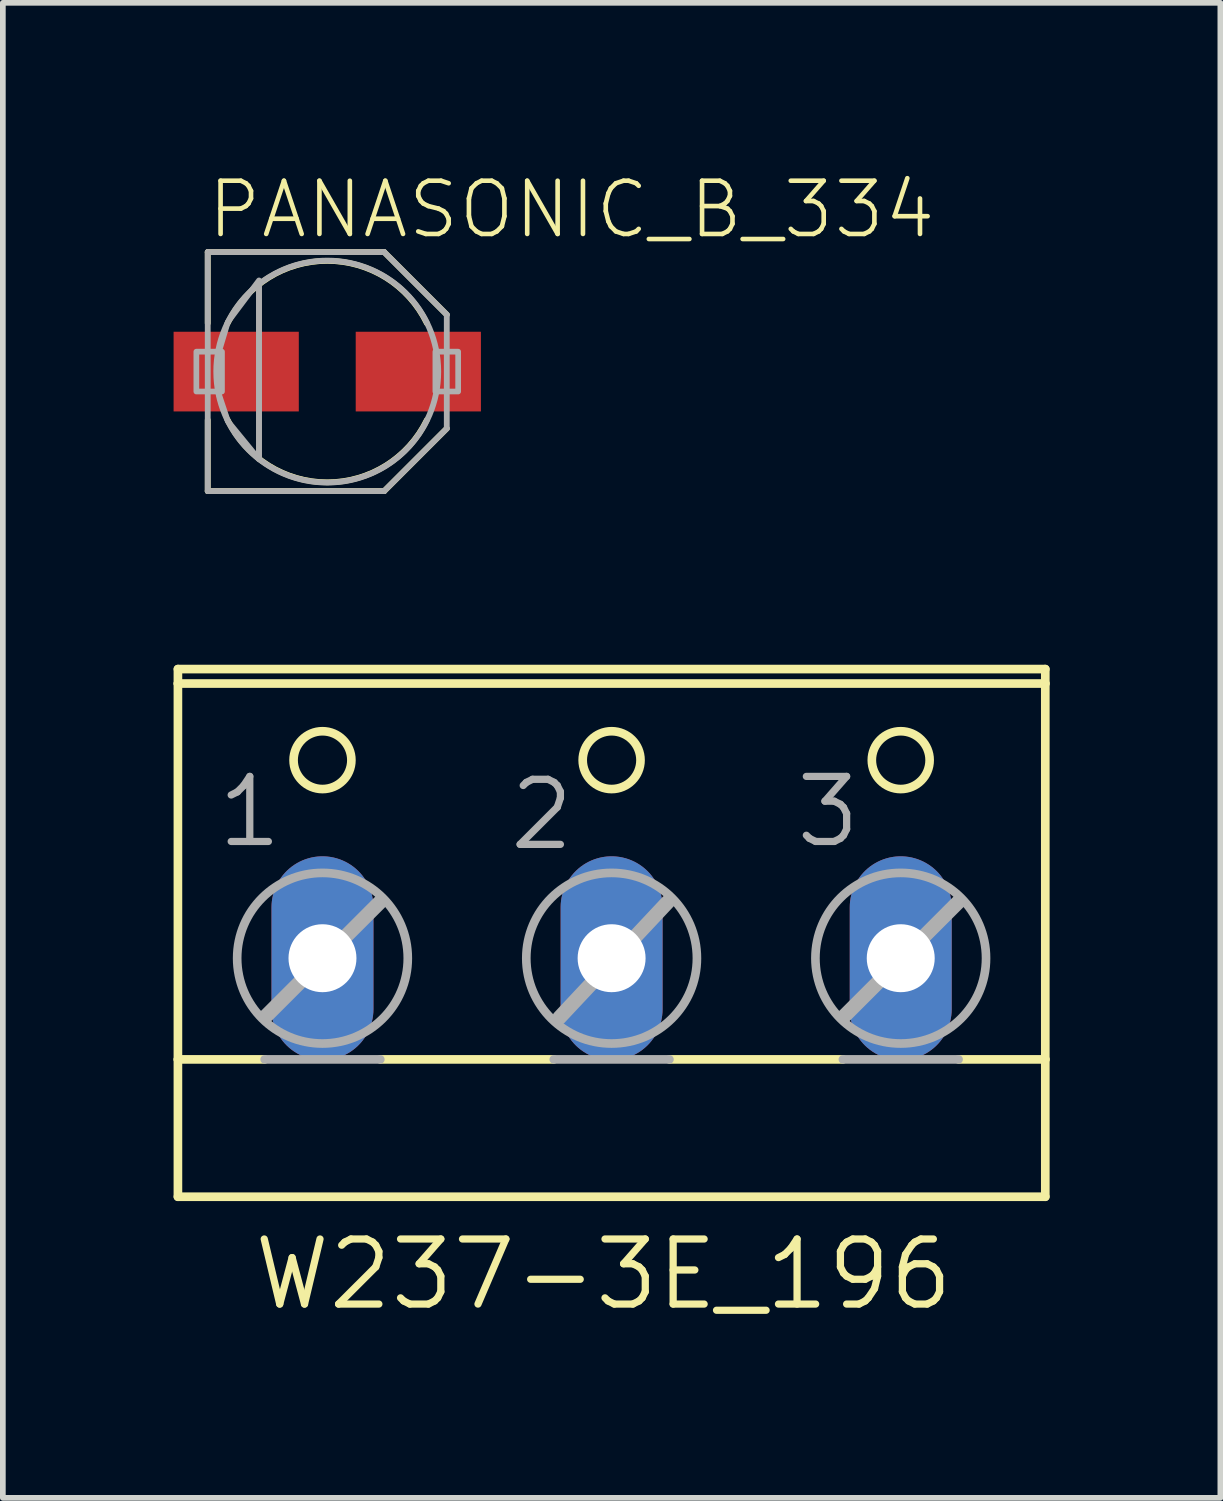
<source format=kicad_pcb>
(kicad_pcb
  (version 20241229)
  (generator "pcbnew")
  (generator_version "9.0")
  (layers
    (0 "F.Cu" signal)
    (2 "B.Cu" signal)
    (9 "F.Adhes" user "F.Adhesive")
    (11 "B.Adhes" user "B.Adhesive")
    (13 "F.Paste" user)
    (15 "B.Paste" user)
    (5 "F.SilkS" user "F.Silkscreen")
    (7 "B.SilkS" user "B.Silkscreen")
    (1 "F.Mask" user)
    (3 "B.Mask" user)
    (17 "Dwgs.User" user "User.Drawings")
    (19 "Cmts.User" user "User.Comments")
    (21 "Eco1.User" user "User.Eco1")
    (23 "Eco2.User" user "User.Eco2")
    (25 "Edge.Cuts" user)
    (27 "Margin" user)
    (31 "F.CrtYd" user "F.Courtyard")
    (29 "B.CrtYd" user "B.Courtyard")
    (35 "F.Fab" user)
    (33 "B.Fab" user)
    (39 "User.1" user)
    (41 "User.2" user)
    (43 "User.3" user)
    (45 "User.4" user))
  (footprint "W237-3E_196"
    (layer "F.Cu")
    (at 7.696 13.151)
    (property "Reference" "W237-3E_196" (at -6.35 6.858 0) (unlocked yes) (layer "F.SilkS") (effects (font (size 1.143 1.143) (thickness 0.127)) (justify left bottom)))
    (fp_line (start -7.62 -4.191) (end -7.62 -4.445) (stroke (width 0.152) (type solid)) (layer "F.SilkS"))
    (fp_line (start -7.62 -4.191) (end 7.62 -4.191) (stroke (width 0.152) (type solid)) (layer "F.SilkS"))
    (fp_line (start -7.62 2.413) (end -7.62 -4.191) (stroke (width 0.152) (type solid)) (layer "F.SilkS"))
    (fp_line (start -7.62 2.413) (end -6.096 2.413) (stroke (width 0.152) (type solid)) (layer "F.SilkS"))
    (fp_line (start -7.62 4.826) (end -7.62 2.413) (stroke (width 0.152) (type solid)) (layer "F.SilkS"))
    (fp_line (start -7.62 4.826) (end 7.62 4.826) (stroke (width 0.152) (type solid)) (layer "F.SilkS"))
    (fp_line (start -4.064 2.413) (end -1.016 2.413) (stroke (width 0.152) (type solid)) (layer "F.SilkS"))
    (fp_line (start 1.016 2.413) (end 4.064 2.413) (stroke (width 0.152) (type solid)) (layer "F.SilkS"))
    (fp_line (start 6.096 2.413) (end 7.62 2.413) (stroke (width 0.152) (type solid)) (layer "F.SilkS"))
    (fp_line (start 7.62 -4.445) (end -7.62 -4.445) (stroke (width 0.152) (type solid)) (layer "F.SilkS"))
    (fp_line (start 7.62 -4.445) (end 7.62 -4.191) (stroke (width 0.152) (type solid)) (layer "F.SilkS"))
    (fp_line (start 7.62 -4.191) (end 7.62 2.413) (stroke (width 0.152) (type solid)) (layer "F.SilkS"))
    (fp_line (start 7.62 2.413) (end 7.62 4.826) (stroke (width 0.152) (type solid)) (layer "F.SilkS"))
    (fp_circle (center -5.08 -2.845) (end -4.572 -2.845) (stroke (width 0.152) (type solid)) (fill no) (layer "F.SilkS"))
    (fp_circle (center 0 -2.845) (end 0.508 -2.845) (stroke (width 0.152) (type solid)) (fill no) (layer "F.SilkS"))
    (fp_circle (center 5.08 -2.845) (end 5.588 -2.845) (stroke (width 0.152) (type solid)) (fill no) (layer "F.SilkS"))
    (fp_line (start -6.096 2.413) (end -4.064 2.413) (stroke (width 0.152) (type solid)) (layer "F.Fab"))
    (fp_line (start -6.071 1.651) (end -4.064 -0.356) (stroke (width 0.254) (type solid)) (layer "F.Fab"))
    (fp_line (start -1.016 2.413) (end 1.016 2.413) (stroke (width 0.152) (type solid)) (layer "F.Fab"))
    (fp_line (start -0.914 1.676) (end 0.991 -0.356) (stroke (width 0.254) (type solid)) (layer "F.Fab"))
    (fp_line (start 4.064 2.413) (end 6.096 2.413) (stroke (width 0.152) (type solid)) (layer "F.Fab"))
    (fp_line (start 4.089 1.651) (end 6.096 -0.356) (stroke (width 0.254) (type solid)) (layer "F.Fab"))
    (fp_circle (center -5.08 0.635) (end -3.581 0.635) (stroke (width 0.152) (type solid)) (fill no) (layer "F.Fab"))
    (fp_circle (center 0 0.635) (end 1.499 0.635) (stroke (width 0.152) (type solid)) (fill no) (layer "F.Fab"))
    (fp_circle (center 5.08 0.635) (end 6.579 0.635) (stroke (width 0.152) (type solid)) (fill no) (layer "F.Fab"))
    (fp_text user "2" (at -1.854 -1.219 0) (unlocked yes) (layer "F.Fab") (effects (font (size 1.143 1.143) (thickness 0.127)) (justify left bottom)))
    (fp_text user "1" (at -6.985 -1.27 0) (unlocked yes) (layer "F.Fab") (effects (font (size 1.143 1.143) (thickness 0.127)) (justify left bottom)))
    (fp_text user "3" (at 3.175 -1.27 0) (unlocked yes) (layer "F.Fab") (effects (font (size 1.143 1.143) (thickness 0.127)) (justify left bottom)))
    (pad "1" thru_hole oval (at -5.08 0.635 90) (size 3.581 1.791) (drill 1.194) (layers "*.Cu" "*.Mask"))
    (pad "2" thru_hole oval (at 0 0.635 90) (size 3.581 1.791) (drill 1.194) (layers "*.Cu" "*.Mask"))
    (pad "3" thru_hole oval (at 5.08 0.635 90) (size 3.581 1.791) (drill 1.194) (layers "*.Cu" "*.Mask")))
  (footprint "PANASONIC_B_334"
    (layer "F.Cu")
    (at 2.7 3.479)
    (property "Reference" "PANASONIC_B_334" (at -2.15 -2.3 0) (unlocked yes) (layer "F.SilkS") (effects (font (size 0.935 0.935) (thickness 0.081)) (justify left bottom)))
    (fp_line (start -2.1 -2.1) (end 1 -2.1) (stroke (width 0.102) (type solid)) (layer "F.SilkS"))
    (fp_line (start -2.1 -0.85) (end -2.1 -2.1) (stroke (width 0.102) (type solid)) (layer "F.SilkS"))
    (fp_line (start -2.1 2.1) (end -2.1 0.85) (stroke (width 0.102) (type solid)) (layer "F.SilkS"))
    (fp_line (start 1 -2.1) (end 2.1 -1) (stroke (width 0.102) (type solid)) (layer "F.SilkS"))
    (fp_line (start 1 2.1) (end -2.1 2.1) (stroke (width 0.102) (type solid)) (layer "F.SilkS"))
    (fp_line (start 2.1 1) (end 1 2.1) (stroke (width 0.102) (type solid)) (layer "F.SilkS"))
    (fp_arc (start -1.75 -0.85) (mid 0 -1.945508) (end 1.75 -0.85) (stroke (width 0.1016) (type solid)) (layer "F.SilkS"))
    (fp_arc (start 1.75 0.85) (mid 0 1.945508) (end -1.75 0.85) (stroke (width 0.1016) (type solid)) (layer "F.SilkS"))
    (fp_line (start -2.1 -2.1) (end 1 -2.1) (stroke (width 0.102) (type solid)) (layer "F.Fab"))
    (fp_line (start -2.1 2.1) (end -2.1 -2.1) (stroke (width 0.102) (type solid)) (layer "F.Fab"))
    (fp_line (start -1.2 -1.5) (end -1.2 1.5) (stroke (width 0.102) (type solid)) (layer "F.Fab"))
    (fp_line (start 1 -2.1) (end 2.1 -1) (stroke (width 0.102) (type solid)) (layer "F.Fab"))
    (fp_line (start 1 2.1) (end -2.1 2.1) (stroke (width 0.102) (type solid)) (layer "F.Fab"))
    (fp_line (start 2.1 -1) (end 2.1 1) (stroke (width 0.102) (type solid)) (layer "F.Fab"))
    (fp_line (start 2.1 1) (end 1 2.1) (stroke (width 0.102) (type solid)) (layer "F.Fab"))
    (fp_circle (center 0 0) (end 1.95 0) (stroke (width 0.102) (type solid)) (fill no) (layer "F.Fab"))
    (fp_poly (pts (xy -2.3 0.35) (xy -1.85 0.35) (xy -1.85 -0.35) (xy -2.3 -0.35)) (stroke (width 0.1) (type default)) (fill no) (layer "F.Fab"))
    (fp_poly (pts (xy 1.9 0.35) (xy 2.3 0.35) (xy 2.3 -0.35) (xy 1.9 -0.35)) (stroke (width 0.1) (type default)) (fill no) (layer "F.Fab"))
    (fp_poly (pts (xy -1.199 1.542) (xy -1.745 0.875) (xy -1.901 0.408) (xy -1.901 -0.357) (xy -1.746 -0.873) (xy -1.199 -1.602)) (stroke (width 0.1) (type default)) (fill no) (layer "F.Fab"))
    (pad "+" smd rect (at 1.6 0) (size 2.2 1.4) (layers "F.Cu" "F.Mask" "F.Paste"))
    (pad "-" smd rect (at -1.6 0) (size 2.2 1.4) (layers "F.Cu" "F.Mask" "F.Paste")))
  (gr_rect
    (start -3 -3)
    (end 18.392 23.268)
    (stroke (width 0.1) (type default))
    (fill no)
    (layer "Edge.Cuts")))
</source>
